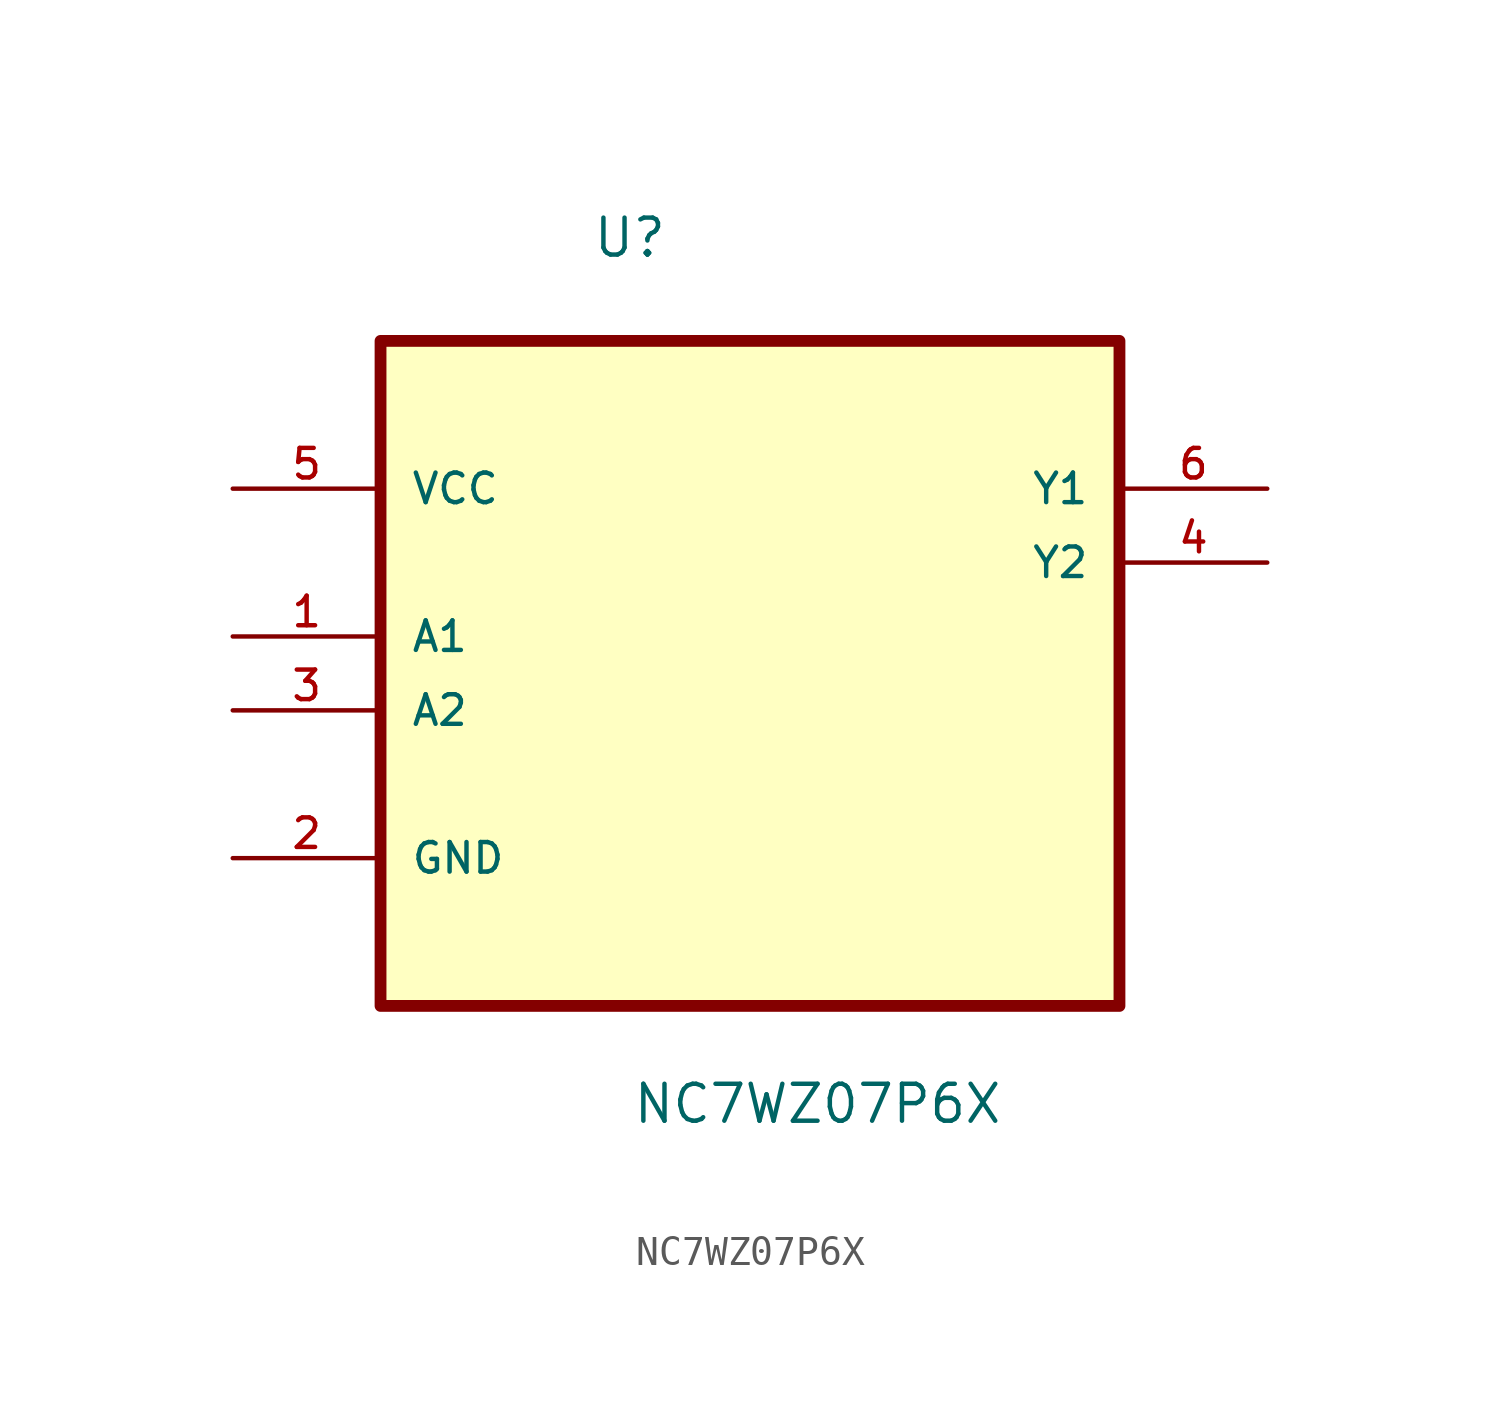
<source format=kicad_sym>
(kicad_symbol_lib
  (version 20211014)
  (generator kicad_symbol_editor)
  (symbol "NC7WZ07P6X"
    (pin_names
      (offset 1.016))
    (property "Reference" "U"
      (at -5.441 10.424 0.0)
      (effects (font (size 1.27 1.27)) (justify bottom left)))
    (property "Value" "NC7WZ07P6X"
      (at -4.068 -19.349 0.0)
      (effects (font (size 1.27 1.27)) (justify bottom left)))
    (symbol "NC7WZ07P6X_0_0"
      (rectangle (start -12.7 -15.24) (end 12.7 7.62) (stroke (width 0.406)) (fill (type background)))
      (pin power_in line (at -17.78 2.54 0) (length 5.08) (name "VCC" (effects (font (size 1.016 1.016)))) (number "5" (effects (font (size 1.016 1.016)))))
      (pin input line (at -17.78 -2.54 0) (length 5.08) (name "A1" (effects (font (size 1.016 1.016)))) (number "1" (effects (font (size 1.016 1.016)))))
      (pin input line (at -17.78 -5.08 0) (length 5.08) (name "A2" (effects (font (size 1.016 1.016)))) (number "3" (effects (font (size 1.016 1.016)))))
      (pin passive line (at -17.78 -10.16 0) (length 5.08) (name "GND" (effects (font (size 1.016 1.016)))) (number "2" (effects (font (size 1.016 1.016)))))
      (pin output line (at 17.78 2.54 180.0) (length 5.08) (name "Y1" (effects (font (size 1.016 1.016)))) (number "6" (effects (font (size 1.016 1.016)))))
      (pin output line (at 17.78 0.0 180.0) (length 5.08) (name "Y2" (effects (font (size 1.016 1.016)))) (number "4" (effects (font (size 1.016 1.016))))))))
</source>
